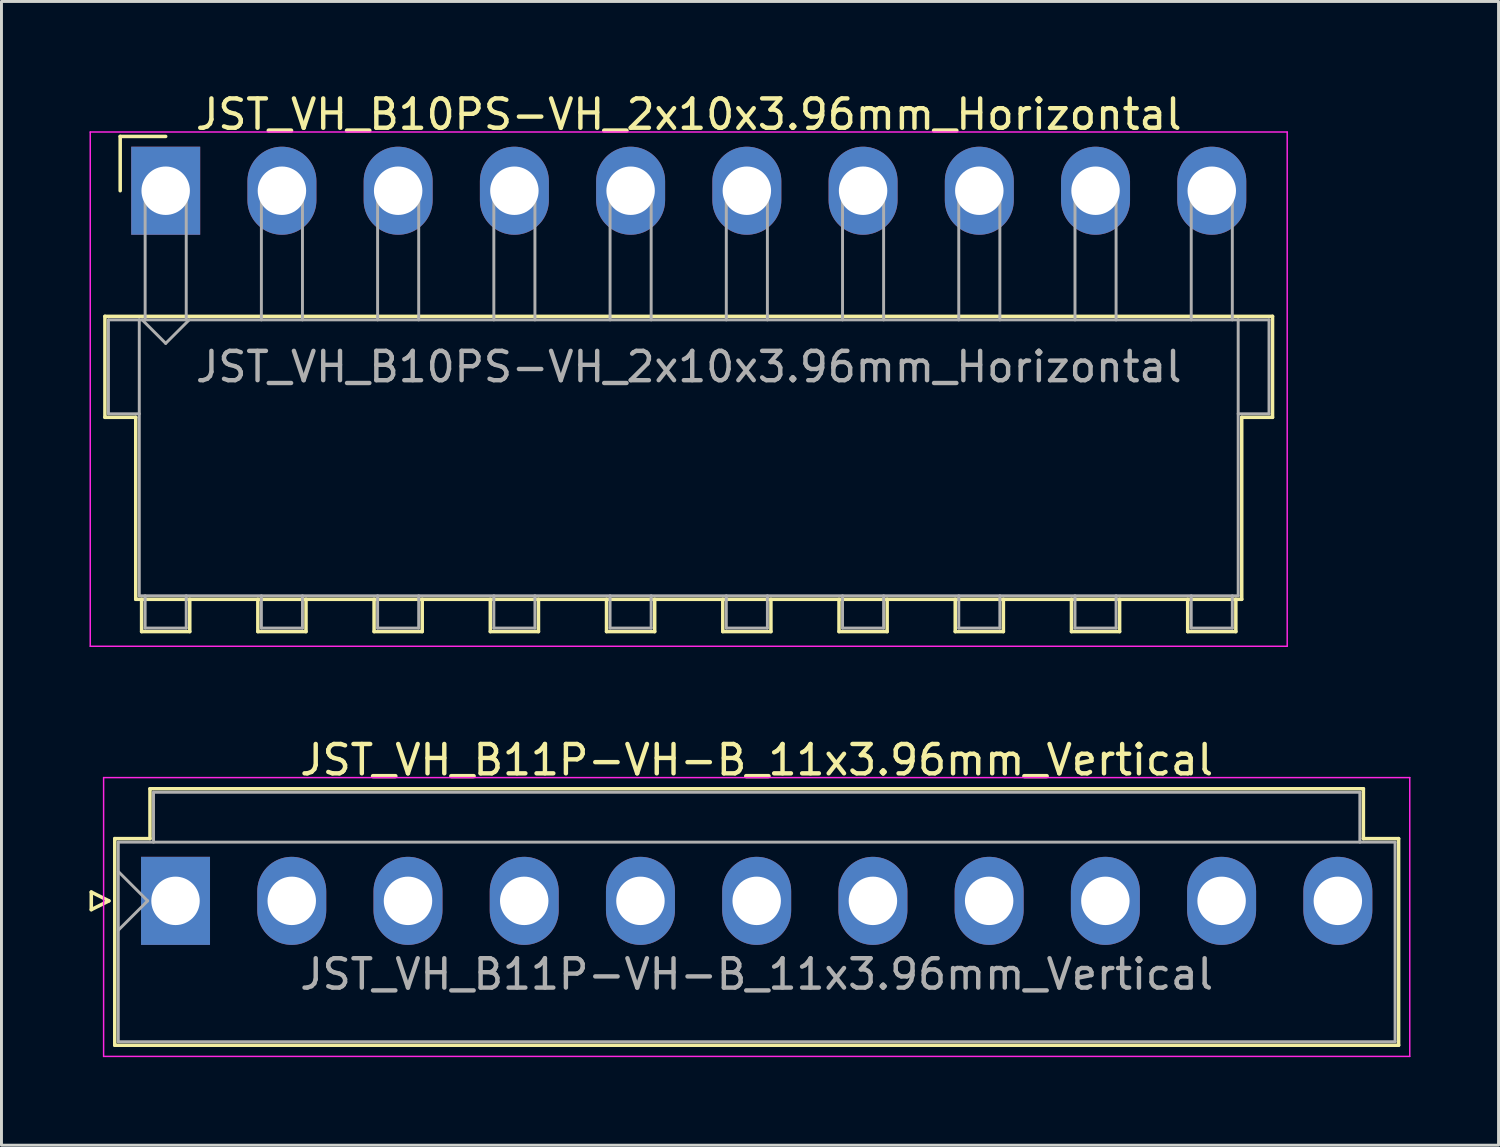
<source format=kicad_pcb>
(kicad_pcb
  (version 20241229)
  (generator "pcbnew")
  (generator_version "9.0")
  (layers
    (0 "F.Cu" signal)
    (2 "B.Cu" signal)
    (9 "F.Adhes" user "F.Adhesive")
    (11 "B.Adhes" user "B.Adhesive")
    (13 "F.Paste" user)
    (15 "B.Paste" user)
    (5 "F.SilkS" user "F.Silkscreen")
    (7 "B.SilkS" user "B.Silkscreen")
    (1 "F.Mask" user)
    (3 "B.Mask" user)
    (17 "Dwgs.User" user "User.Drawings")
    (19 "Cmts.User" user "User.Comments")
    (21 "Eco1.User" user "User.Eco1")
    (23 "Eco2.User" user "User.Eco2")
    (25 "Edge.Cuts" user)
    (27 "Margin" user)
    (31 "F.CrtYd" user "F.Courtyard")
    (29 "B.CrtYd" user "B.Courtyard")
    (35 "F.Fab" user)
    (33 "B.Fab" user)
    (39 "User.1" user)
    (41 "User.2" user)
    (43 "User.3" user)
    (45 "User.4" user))
  (footprint "JST_VH_B11P-VH-B_11x3.96mm_Vertical"
    (layer "F.Cu")
    (at 2.93 27.642)
    (property "Reference" "JST_VH_B11P-VH-B_11x3.96mm_Vertical" (at 19.8 -4.8 0) (layer "F.SilkS") (effects (font (size 1 1) (thickness 0.15))))
    (attr through_hole)
    (fp_line (start -2.87 -0.3) (end -2.27 0) (stroke (width 0.12) (type solid)) (layer "F.SilkS"))
    (fp_line (start -2.87 0.3) (end -2.87 -0.3) (stroke (width 0.12) (type solid)) (layer "F.SilkS"))
    (fp_line (start -2.27 0) (end -2.87 0.3) (stroke (width 0.12) (type solid)) (layer "F.SilkS"))
    (fp_line (start -2.07 -2.12) (end -0.87 -2.12) (stroke (width 0.12) (type solid)) (layer "F.SilkS"))
    (fp_line (start -2.07 4.92) (end -2.07 -2.12) (stroke (width 0.12) (type solid)) (layer "F.SilkS"))
    (fp_line (start -0.87 -3.82) (end 40.47 -3.82) (stroke (width 0.12) (type solid)) (layer "F.SilkS"))
    (fp_line (start -0.87 -2.12) (end -0.87 -3.82) (stroke (width 0.12) (type solid)) (layer "F.SilkS"))
    (fp_line (start 40.47 -3.82) (end 40.47 -2.12) (stroke (width 0.12) (type solid)) (layer "F.SilkS"))
    (fp_line (start 40.47 -2.12) (end 41.67 -2.12) (stroke (width 0.12) (type solid)) (layer "F.SilkS"))
    (fp_line (start 41.67 -2.12) (end 41.67 4.92) (stroke (width 0.12) (type solid)) (layer "F.SilkS"))
    (fp_line (start 41.67 4.92) (end -2.07 4.92) (stroke (width 0.12) (type solid)) (layer "F.SilkS"))
    (fp_line (start -2.45 -4.2) (end -2.45 5.3) (stroke (width 0.05) (type solid)) (layer "F.CrtYd"))
    (fp_line (start -2.45 5.3) (end 42.05 5.3) (stroke (width 0.05) (type solid)) (layer "F.CrtYd"))
    (fp_line (start 42.05 -4.2) (end -2.45 -4.2) (stroke (width 0.05) (type solid)) (layer "F.CrtYd"))
    (fp_line (start 42.05 5.3) (end 42.05 -4.2) (stroke (width 0.05) (type solid)) (layer "F.CrtYd"))
    (fp_line (start -1.95 -2) (end -1.95 4.8) (stroke (width 0.1) (type solid)) (layer "F.Fab"))
    (fp_line (start -1.95 -1) (end -0.95 0) (stroke (width 0.1) (type solid)) (layer "F.Fab"))
    (fp_line (start -1.95 1) (end -0.95 0) (stroke (width 0.1) (type solid)) (layer "F.Fab"))
    (fp_line (start -1.95 4.8) (end 41.55 4.8) (stroke (width 0.1) (type solid)) (layer "F.Fab"))
    (fp_line (start -0.75 -3.7) (end 40.35 -3.7) (stroke (width 0.1) (type solid)) (layer "F.Fab"))
    (fp_line (start -0.75 -2) (end -0.75 -3.7) (stroke (width 0.1) (type solid)) (layer "F.Fab"))
    (fp_line (start 40.35 -3.7) (end 40.35 -2) (stroke (width 0.1) (type solid)) (layer "F.Fab"))
    (fp_line (start 41.55 -2) (end -1.95 -2) (stroke (width 0.1) (type solid)) (layer "F.Fab"))
    (fp_line (start 41.55 4.8) (end 41.55 -2) (stroke (width 0.1) (type solid)) (layer "F.Fab"))
    (fp_text user "${REFERENCE}" (at 19.8 2.5 0) (layer "F.Fab") (effects (font (size 1 1) (thickness 0.15))))
    (pad "1" thru_hole rect (at 0 0) (size 2.35 3) (drill 1.65) (layers "*.Cu" "*.Mask"))
    (pad "2" thru_hole oval (at 3.96 0) (size 2.35 3) (drill 1.65) (layers "*.Cu" "*.Mask"))
    (pad "3" thru_hole oval (at 7.92 0) (size 2.35 3) (drill 1.65) (layers "*.Cu" "*.Mask"))
    (pad "4" thru_hole oval (at 11.88 0) (size 2.35 3) (drill 1.65) (layers "*.Cu" "*.Mask"))
    (pad "5" thru_hole oval (at 15.84 0) (size 2.35 3) (drill 1.65) (layers "*.Cu" "*.Mask"))
    (pad "6" thru_hole oval (at 19.8 0) (size 2.35 3) (drill 1.65) (layers "*.Cu" "*.Mask"))
    (pad "7" thru_hole oval (at 23.76 0) (size 2.35 3) (drill 1.65) (layers "*.Cu" "*.Mask"))
    (pad "8" thru_hole oval (at 27.72 0) (size 2.35 3) (drill 1.65) (layers "*.Cu" "*.Mask"))
    (pad "9" thru_hole oval (at 31.68 0) (size 2.35 3) (drill 1.65) (layers "*.Cu" "*.Mask"))
    (pad "10" thru_hole oval (at 35.64 0) (size 2.35 3) (drill 1.65) (layers "*.Cu" "*.Mask"))
    (pad "11" thru_hole oval (at 39.6 0) (size 2.35 3) (drill 1.65) (layers "*.Cu" "*.Mask")))
  (footprint "JST_VH_B10PS-VH_2x10x3.96mm_Horizontal"
    (layer "F.Cu")
    (at 2.595 3.448)
    (property "Reference" "JST_VH_B10PS-VH_2x10x3.96mm_Horizontal" (at 17.82 -2.6 0) (layer "F.SilkS") (effects (font (size 1 1) (thickness 0.15))))
    (attr through_hole)
    (fp_line (start -2.07 4.28) (end 37.71 4.28) (stroke (width 0.12) (type solid)) (layer "F.SilkS"))
    (fp_line (start -2.07 7.72) (end -2.07 4.28) (stroke (width 0.12) (type solid)) (layer "F.SilkS"))
    (fp_line (start -1.55 -1.85) (end -1.55 0) (stroke (width 0.12) (type solid)) (layer "F.SilkS"))
    (fp_line (start -1.02 7.72) (end -2.07 7.72) (stroke (width 0.12) (type solid)) (layer "F.SilkS"))
    (fp_line (start -1.02 13.92) (end -1.02 7.72) (stroke (width 0.12) (type solid)) (layer "F.SilkS"))
    (fp_line (start -0.82 13.92) (end -0.82 15.02) (stroke (width 0.12) (type solid)) (layer "F.SilkS"))
    (fp_line (start -0.82 15.02) (end 0.82 15.02) (stroke (width 0.12) (type solid)) (layer "F.SilkS"))
    (fp_line (start 0 -1.85) (end -1.55 -1.85) (stroke (width 0.12) (type solid)) (layer "F.SilkS"))
    (fp_line (start 0.82 15.02) (end 0.82 13.92) (stroke (width 0.12) (type solid)) (layer "F.SilkS"))
    (fp_line (start 3.14 13.92) (end 3.14 15.02) (stroke (width 0.12) (type solid)) (layer "F.SilkS"))
    (fp_line (start 3.14 15.02) (end 4.78 15.02) (stroke (width 0.12) (type solid)) (layer "F.SilkS"))
    (fp_line (start 4.78 15.02) (end 4.78 13.92) (stroke (width 0.12) (type solid)) (layer "F.SilkS"))
    (fp_line (start 7.1 13.92) (end 7.1 15.02) (stroke (width 0.12) (type solid)) (layer "F.SilkS"))
    (fp_line (start 7.1 15.02) (end 8.74 15.02) (stroke (width 0.12) (type solid)) (layer "F.SilkS"))
    (fp_line (start 8.74 15.02) (end 8.74 13.92) (stroke (width 0.12) (type solid)) (layer "F.SilkS"))
    (fp_line (start 11.06 13.92) (end 11.06 15.02) (stroke (width 0.12) (type solid)) (layer "F.SilkS"))
    (fp_line (start 11.06 15.02) (end 12.7 15.02) (stroke (width 0.12) (type solid)) (layer "F.SilkS"))
    (fp_line (start 12.7 15.02) (end 12.7 13.92) (stroke (width 0.12) (type solid)) (layer "F.SilkS"))
    (fp_line (start 15.02 13.92) (end 15.02 15.02) (stroke (width 0.12) (type solid)) (layer "F.SilkS"))
    (fp_line (start 15.02 15.02) (end 16.66 15.02) (stroke (width 0.12) (type solid)) (layer "F.SilkS"))
    (fp_line (start 16.66 15.02) (end 16.66 13.92) (stroke (width 0.12) (type solid)) (layer "F.SilkS"))
    (fp_line (start 18.98 13.92) (end 18.98 15.02) (stroke (width 0.12) (type solid)) (layer "F.SilkS"))
    (fp_line (start 18.98 15.02) (end 20.62 15.02) (stroke (width 0.12) (type solid)) (layer "F.SilkS"))
    (fp_line (start 20.62 15.02) (end 20.62 13.92) (stroke (width 0.12) (type solid)) (layer "F.SilkS"))
    (fp_line (start 22.94 13.92) (end 22.94 15.02) (stroke (width 0.12) (type solid)) (layer "F.SilkS"))
    (fp_line (start 22.94 15.02) (end 24.58 15.02) (stroke (width 0.12) (type solid)) (layer "F.SilkS"))
    (fp_line (start 24.58 15.02) (end 24.58 13.92) (stroke (width 0.12) (type solid)) (layer "F.SilkS"))
    (fp_line (start 26.9 13.92) (end 26.9 15.02) (stroke (width 0.12) (type solid)) (layer "F.SilkS"))
    (fp_line (start 26.9 15.02) (end 28.54 15.02) (stroke (width 0.12) (type solid)) (layer "F.SilkS"))
    (fp_line (start 28.54 15.02) (end 28.54 13.92) (stroke (width 0.12) (type solid)) (layer "F.SilkS"))
    (fp_line (start 30.86 13.92) (end 30.86 15.02) (stroke (width 0.12) (type solid)) (layer "F.SilkS"))
    (fp_line (start 30.86 15.02) (end 32.5 15.02) (stroke (width 0.12) (type solid)) (layer "F.SilkS"))
    (fp_line (start 32.5 15.02) (end 32.5 13.92) (stroke (width 0.12) (type solid)) (layer "F.SilkS"))
    (fp_line (start 34.82 13.92) (end 34.82 15.02) (stroke (width 0.12) (type solid)) (layer "F.SilkS"))
    (fp_line (start 34.82 15.02) (end 36.46 15.02) (stroke (width 0.12) (type solid)) (layer "F.SilkS"))
    (fp_line (start 36.46 15.02) (end 36.46 13.92) (stroke (width 0.12) (type solid)) (layer "F.SilkS"))
    (fp_line (start 36.66 7.72) (end 36.66 13.92) (stroke (width 0.12) (type solid)) (layer "F.SilkS"))
    (fp_line (start 36.66 13.92) (end -1.02 13.92) (stroke (width 0.12) (type solid)) (layer "F.SilkS"))
    (fp_line (start 37.71 4.28) (end 37.71 7.72) (stroke (width 0.12) (type solid)) (layer "F.SilkS"))
    (fp_line (start 37.71 7.72) (end 36.66 7.72) (stroke (width 0.12) (type solid)) (layer "F.SilkS"))
    (fp_line (start -2.57 -2) (end -2.57 15.52) (stroke (width 0.05) (type solid)) (layer "F.CrtYd"))
    (fp_line (start -2.57 15.52) (end 38.21 15.52) (stroke (width 0.05) (type solid)) (layer "F.CrtYd"))
    (fp_line (start 38.21 -2) (end -2.57 -2) (stroke (width 0.05) (type solid)) (layer "F.CrtYd"))
    (fp_line (start 38.21 15.52) (end 38.21 -2) (stroke (width 0.05) (type solid)) (layer "F.CrtYd"))
    (fp_line (start -1.95 4.4) (end -0.9 4.4) (stroke (width 0.1) (type solid)) (layer "F.Fab"))
    (fp_line (start -1.95 7.6) (end -1.95 4.4) (stroke (width 0.1) (type solid)) (layer "F.Fab"))
    (fp_line (start -0.9 4.4) (end -0.9 13.8) (stroke (width 0.1) (type solid)) (layer "F.Fab"))
    (fp_line (start -0.9 7.6) (end -1.95 7.6) (stroke (width 0.1) (type solid)) (layer "F.Fab"))
    (fp_line (start -0.9 13.8) (end 36.54 13.8) (stroke (width 0.1) (type solid)) (layer "F.Fab"))
    (fp_line (start -0.8 4.4) (end 0 5.2) (stroke (width 0.1) (type solid)) (layer "F.Fab"))
    (fp_line (start -0.7 0) (end 0.7 0) (stroke (width 0.1) (type solid)) (layer "F.Fab"))
    (fp_line (start -0.7 4.4) (end -0.7 0) (stroke (width 0.1) (type solid)) (layer "F.Fab"))
    (fp_line (start -0.7 13.8) (end -0.7 14.9) (stroke (width 0.1) (type solid)) (layer "F.Fab"))
    (fp_line (start -0.7 14.9) (end 0.7 14.9) (stroke (width 0.1) (type solid)) (layer "F.Fab"))
    (fp_line (start 0 5.2) (end 0.8 4.4) (stroke (width 0.1) (type solid)) (layer "F.Fab"))
    (fp_line (start 0.7 0) (end 0.7 4.4) (stroke (width 0.1) (type solid)) (layer "F.Fab"))
    (fp_line (start 0.7 14.9) (end 0.7 13.8) (stroke (width 0.1) (type solid)) (layer "F.Fab"))
    (fp_line (start 3.26 0) (end 4.66 0) (stroke (width 0.1) (type solid)) (layer "F.Fab"))
    (fp_line (start 3.26 4.4) (end 3.26 0) (stroke (width 0.1) (type solid)) (layer "F.Fab"))
    (fp_line (start 3.26 13.8) (end 3.26 14.9) (stroke (width 0.1) (type solid)) (layer "F.Fab"))
    (fp_line (start 3.26 14.9) (end 4.66 14.9) (stroke (width 0.1) (type solid)) (layer "F.Fab"))
    (fp_line (start 4.66 0) (end 4.66 4.4) (stroke (width 0.1) (type solid)) (layer "F.Fab"))
    (fp_line (start 4.66 14.9) (end 4.66 13.8) (stroke (width 0.1) (type solid)) (layer "F.Fab"))
    (fp_line (start 7.22 0) (end 8.62 0) (stroke (width 0.1) (type solid)) (layer "F.Fab"))
    (fp_line (start 7.22 4.4) (end 7.22 0) (stroke (width 0.1) (type solid)) (layer "F.Fab"))
    (fp_line (start 7.22 13.8) (end 7.22 14.9) (stroke (width 0.1) (type solid)) (layer "F.Fab"))
    (fp_line (start 7.22 14.9) (end 8.62 14.9) (stroke (width 0.1) (type solid)) (layer "F.Fab"))
    (fp_line (start 8.62 0) (end 8.62 4.4) (stroke (width 0.1) (type solid)) (layer "F.Fab"))
    (fp_line (start 8.62 14.9) (end 8.62 13.8) (stroke (width 0.1) (type solid)) (layer "F.Fab"))
    (fp_line (start 11.18 0) (end 12.58 0) (stroke (width 0.1) (type solid)) (layer "F.Fab"))
    (fp_line (start 11.18 4.4) (end 11.18 0) (stroke (width 0.1) (type solid)) (layer "F.Fab"))
    (fp_line (start 11.18 13.8) (end 11.18 14.9) (stroke (width 0.1) (type solid)) (layer "F.Fab"))
    (fp_line (start 11.18 14.9) (end 12.58 14.9) (stroke (width 0.1) (type solid)) (layer "F.Fab"))
    (fp_line (start 12.58 0) (end 12.58 4.4) (stroke (width 0.1) (type solid)) (layer "F.Fab"))
    (fp_line (start 12.58 14.9) (end 12.58 13.8) (stroke (width 0.1) (type solid)) (layer "F.Fab"))
    (fp_line (start 15.14 0) (end 16.54 0) (stroke (width 0.1) (type solid)) (layer "F.Fab"))
    (fp_line (start 15.14 4.4) (end 15.14 0) (stroke (width 0.1) (type solid)) (layer "F.Fab"))
    (fp_line (start 15.14 13.8) (end 15.14 14.9) (stroke (width 0.1) (type solid)) (layer "F.Fab"))
    (fp_line (start 15.14 14.9) (end 16.54 14.9) (stroke (width 0.1) (type solid)) (layer "F.Fab"))
    (fp_line (start 16.54 0) (end 16.54 4.4) (stroke (width 0.1) (type solid)) (layer "F.Fab"))
    (fp_line (start 16.54 14.9) (end 16.54 13.8) (stroke (width 0.1) (type solid)) (layer "F.Fab"))
    (fp_line (start 19.1 0) (end 20.5 0) (stroke (width 0.1) (type solid)) (layer "F.Fab"))
    (fp_line (start 19.1 4.4) (end 19.1 0) (stroke (width 0.1) (type solid)) (layer "F.Fab"))
    (fp_line (start 19.1 13.8) (end 19.1 14.9) (stroke (width 0.1) (type solid)) (layer "F.Fab"))
    (fp_line (start 19.1 14.9) (end 20.5 14.9) (stroke (width 0.1) (type solid)) (layer "F.Fab"))
    (fp_line (start 20.5 0) (end 20.5 4.4) (stroke (width 0.1) (type solid)) (layer "F.Fab"))
    (fp_line (start 20.5 14.9) (end 20.5 13.8) (stroke (width 0.1) (type solid)) (layer "F.Fab"))
    (fp_line (start 23.06 0) (end 24.46 0) (stroke (width 0.1) (type solid)) (layer "F.Fab"))
    (fp_line (start 23.06 4.4) (end 23.06 0) (stroke (width 0.1) (type solid)) (layer "F.Fab"))
    (fp_line (start 23.06 13.8) (end 23.06 14.9) (stroke (width 0.1) (type solid)) (layer "F.Fab"))
    (fp_line (start 23.06 14.9) (end 24.46 14.9) (stroke (width 0.1) (type solid)) (layer "F.Fab"))
    (fp_line (start 24.46 0) (end 24.46 4.4) (stroke (width 0.1) (type solid)) (layer "F.Fab"))
    (fp_line (start 24.46 14.9) (end 24.46 13.8) (stroke (width 0.1) (type solid)) (layer "F.Fab"))
    (fp_line (start 27.02 0) (end 28.42 0) (stroke (width 0.1) (type solid)) (layer "F.Fab"))
    (fp_line (start 27.02 4.4) (end 27.02 0) (stroke (width 0.1) (type solid)) (layer "F.Fab"))
    (fp_line (start 27.02 13.8) (end 27.02 14.9) (stroke (width 0.1) (type solid)) (layer "F.Fab"))
    (fp_line (start 27.02 14.9) (end 28.42 14.9) (stroke (width 0.1) (type solid)) (layer "F.Fab"))
    (fp_line (start 28.42 0) (end 28.42 4.4) (stroke (width 0.1) (type solid)) (layer "F.Fab"))
    (fp_line (start 28.42 14.9) (end 28.42 13.8) (stroke (width 0.1) (type solid)) (layer "F.Fab"))
    (fp_line (start 30.98 0) (end 32.38 0) (stroke (width 0.1) (type solid)) (layer "F.Fab"))
    (fp_line (start 30.98 4.4) (end 30.98 0) (stroke (width 0.1) (type solid)) (layer "F.Fab"))
    (fp_line (start 30.98 13.8) (end 30.98 14.9) (stroke (width 0.1) (type solid)) (layer "F.Fab"))
    (fp_line (start 30.98 14.9) (end 32.38 14.9) (stroke (width 0.1) (type solid)) (layer "F.Fab"))
    (fp_line (start 32.38 0) (end 32.38 4.4) (stroke (width 0.1) (type solid)) (layer "F.Fab"))
    (fp_line (start 32.38 14.9) (end 32.38 13.8) (stroke (width 0.1) (type solid)) (layer "F.Fab"))
    (fp_line (start 34.94 0) (end 36.34 0) (stroke (width 0.1) (type solid)) (layer "F.Fab"))
    (fp_line (start 34.94 4.4) (end 34.94 0) (stroke (width 0.1) (type solid)) (layer "F.Fab"))
    (fp_line (start 34.94 13.8) (end 34.94 14.9) (stroke (width 0.1) (type solid)) (layer "F.Fab"))
    (fp_line (start 34.94 14.9) (end 36.34 14.9) (stroke (width 0.1) (type solid)) (layer "F.Fab"))
    (fp_line (start 36.34 0) (end 36.34 4.4) (stroke (width 0.1) (type solid)) (layer "F.Fab"))
    (fp_line (start 36.34 14.9) (end 36.34 13.8) (stroke (width 0.1) (type solid)) (layer "F.Fab"))
    (fp_line (start 36.54 4.4) (end -0.9 4.4) (stroke (width 0.1) (type solid)) (layer "F.Fab"))
    (fp_line (start 36.54 4.4) (end 37.59 4.4) (stroke (width 0.1) (type solid)) (layer "F.Fab"))
    (fp_line (start 36.54 13.8) (end 36.54 4.4) (stroke (width 0.1) (type solid)) (layer "F.Fab"))
    (fp_line (start 37.59 4.4) (end 37.59 7.6) (stroke (width 0.1) (type solid)) (layer "F.Fab"))
    (fp_line (start 37.59 7.6) (end 36.54 7.6) (stroke (width 0.1) (type solid)) (layer "F.Fab"))
    (fp_text user "${REFERENCE}" (at 17.82 6 0) (layer "F.Fab") (effects (font (size 1 1) (thickness 0.15))))
    (pad "1" thru_hole rect (at 0 0) (size 2.35 3) (drill 1.65) (layers "*.Cu" "*.Mask"))
    (pad "2" thru_hole oval (at 3.96 0) (size 2.35 3) (drill 1.65) (layers "*.Cu" "*.Mask"))
    (pad "3" thru_hole oval (at 7.92 0) (size 2.35 3) (drill 1.65) (layers "*.Cu" "*.Mask"))
    (pad "4" thru_hole oval (at 11.88 0) (size 2.35 3) (drill 1.65) (layers "*.Cu" "*.Mask"))
    (pad "5" thru_hole oval (at 15.84 0) (size 2.35 3) (drill 1.65) (layers "*.Cu" "*.Mask"))
    (pad "6" thru_hole oval (at 19.8 0) (size 2.35 3) (drill 1.65) (layers "*.Cu" "*.Mask"))
    (pad "7" thru_hole oval (at 23.76 0) (size 2.35 3) (drill 1.65) (layers "*.Cu" "*.Mask"))
    (pad "8" thru_hole oval (at 27.72 0) (size 2.35 3) (drill 1.65) (layers "*.Cu" "*.Mask"))
    (pad "9" thru_hole oval (at 31.68 0) (size 2.35 3) (drill 1.65) (layers "*.Cu" "*.Mask"))
    (pad "10" thru_hole oval (at 35.64 0) (size 2.35 3) (drill 1.65) (layers "*.Cu" "*.Mask")))
  (gr_rect
    (start -3 -3)
    (end 48.005 35.967)
    (stroke (width 0.1) (type default))
    (fill no)
    (layer "Edge.Cuts")))
</source>
